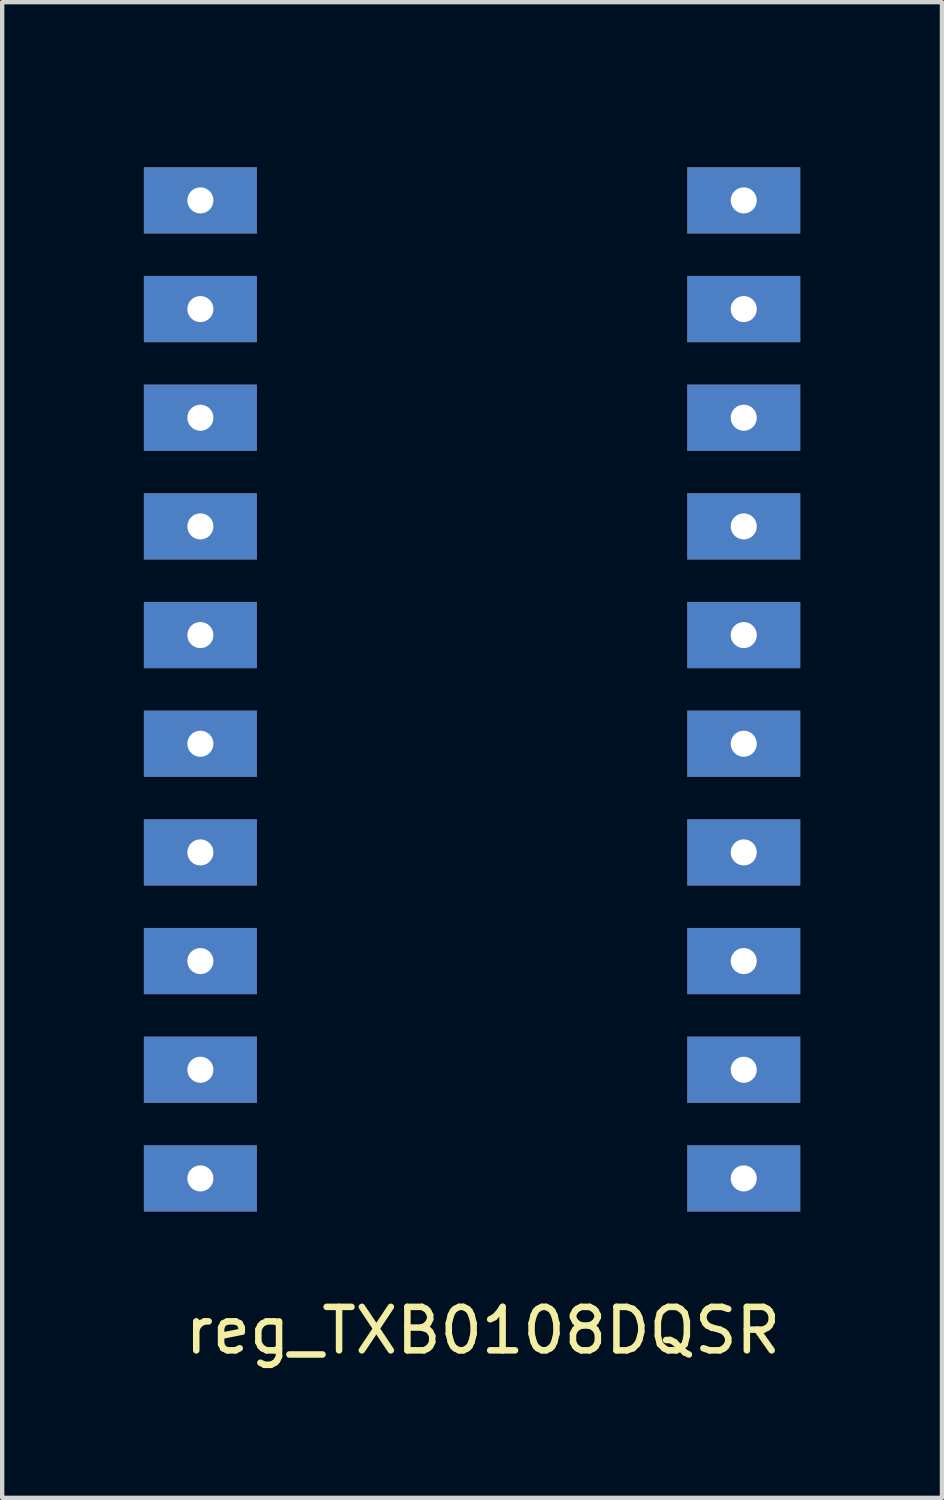
<source format=kicad_pcb>
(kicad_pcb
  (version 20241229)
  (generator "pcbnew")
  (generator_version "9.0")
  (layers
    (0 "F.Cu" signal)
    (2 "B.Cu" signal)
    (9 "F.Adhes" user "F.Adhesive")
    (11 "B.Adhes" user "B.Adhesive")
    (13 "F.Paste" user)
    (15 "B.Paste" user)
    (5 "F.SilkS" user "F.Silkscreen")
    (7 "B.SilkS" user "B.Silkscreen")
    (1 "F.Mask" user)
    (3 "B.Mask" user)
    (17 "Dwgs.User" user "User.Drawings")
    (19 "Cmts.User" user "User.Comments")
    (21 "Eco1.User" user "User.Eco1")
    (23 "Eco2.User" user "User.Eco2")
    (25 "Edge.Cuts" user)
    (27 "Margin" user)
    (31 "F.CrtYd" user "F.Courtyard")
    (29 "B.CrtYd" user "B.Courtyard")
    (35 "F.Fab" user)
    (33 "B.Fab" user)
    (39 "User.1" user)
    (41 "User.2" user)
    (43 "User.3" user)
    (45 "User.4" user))
  (footprint "reg_TXB0108DQSR"
    (layer "F.Cu")
    (at 1.56 1.56)
    (property "Reference" "reg_TXB0108DQSR" (at 6.5 26 0) (layer "F.SilkS") (effects (font (size 1 1) (thickness 0.15))))
    (attr through_hole)
    (fp_line (start -1.5 -1.5) (end 14 -1.5) (stroke (width 0.12) (type solid)) (layer "Eco2.User"))
    (fp_line (start -1.5 -1) (end -1.5 -1.5) (stroke (width 0.12) (type solid)) (layer "Eco2.User"))
    (fp_line (start -1.5 -1) (end -1.5 24) (stroke (width 0.12) (type solid)) (layer "Eco2.User"))
    (fp_line (start -1.5 24) (end 14 24) (stroke (width 0.12) (type solid)) (layer "Eco2.User"))
    (fp_line (start 14 -1.5) (end 14 -1) (stroke (width 0.12) (type solid)) (layer "Eco2.User"))
    (fp_line (start 14 -1) (end 14 24) (stroke (width 0.12) (type solid)) (layer "Eco2.User"))
    (pad "1" thru_hole rect (at 0 0) (size 2.6 1.524) (drill 0.6) (layers "*.Cu" "*.Mask"))
    (pad "2" thru_hole rect (at 0 2.5) (size 2.6 1.524) (drill 0.6) (layers "*.Cu" "*.Mask"))
    (pad "3" thru_hole rect (at 0 5) (size 2.6 1.524) (drill 0.6) (layers "*.Cu" "*.Mask"))
    (pad "4" thru_hole rect (at 0 7.5) (size 2.6 1.524) (drill 0.6) (layers "*.Cu" "*.Mask"))
    (pad "5" thru_hole rect (at 0 10) (size 2.6 1.524) (drill 0.6) (layers "*.Cu" "*.Mask"))
    (pad "6" thru_hole rect (at 0 12.5) (size 2.6 1.524) (drill 0.6) (layers "*.Cu" "*.Mask"))
    (pad "7" thru_hole rect (at 0 15) (size 2.6 1.524) (drill 0.6) (layers "*.Cu" "*.Mask"))
    (pad "8" thru_hole rect (at 0 17.5) (size 2.6 1.524) (drill 0.6) (layers "*.Cu" "*.Mask"))
    (pad "9" thru_hole rect (at 0 20) (size 2.6 1.524) (drill 0.6) (layers "*.Cu" "*.Mask"))
    (pad "10" thru_hole rect (at 0 22.5) (size 2.6 1.524) (drill 0.6) (layers "*.Cu" "*.Mask"))
    (pad "11" thru_hole rect (at 12.5 22.5) (size 2.6 1.524) (drill 0.6) (layers "*.Cu" "*.Mask"))
    (pad "12" thru_hole rect (at 12.5 20) (size 2.6 1.524) (drill 0.6) (layers "*.Cu" "*.Mask"))
    (pad "13" thru_hole rect (at 12.5 17.5) (size 2.6 1.524) (drill 0.6) (layers "*.Cu" "*.Mask"))
    (pad "14" thru_hole rect (at 12.5 15) (size 2.6 1.524) (drill 0.6) (layers "*.Cu" "*.Mask"))
    (pad "15" thru_hole rect (at 12.5 12.5) (size 2.6 1.524) (drill 0.6) (layers "*.Cu" "*.Mask"))
    (pad "16" thru_hole rect (at 12.5 10) (size 2.6 1.524) (drill 0.6) (layers "*.Cu" "*.Mask"))
    (pad "17" thru_hole rect (at 12.5 7.5) (size 2.6 1.524) (drill 0.6) (layers "*.Cu" "*.Mask"))
    (pad "18" thru_hole rect (at 12.5 5) (size 2.6 1.524) (drill 0.6) (layers "*.Cu" "*.Mask"))
    (pad "19" thru_hole rect (at 12.5 2.5) (size 2.6 1.524) (drill 0.6) (layers "*.Cu" "*.Mask"))
    (pad "20" thru_hole rect (at 12.5 0) (size 2.6 1.524) (drill 0.6) (layers "*.Cu" "*.Mask")))
  (gr_rect
    (start -3 -3)
    (end 18.62 31.408)
    (stroke (width 0.1) (type default))
    (fill no)
    (layer "Edge.Cuts")))
</source>
